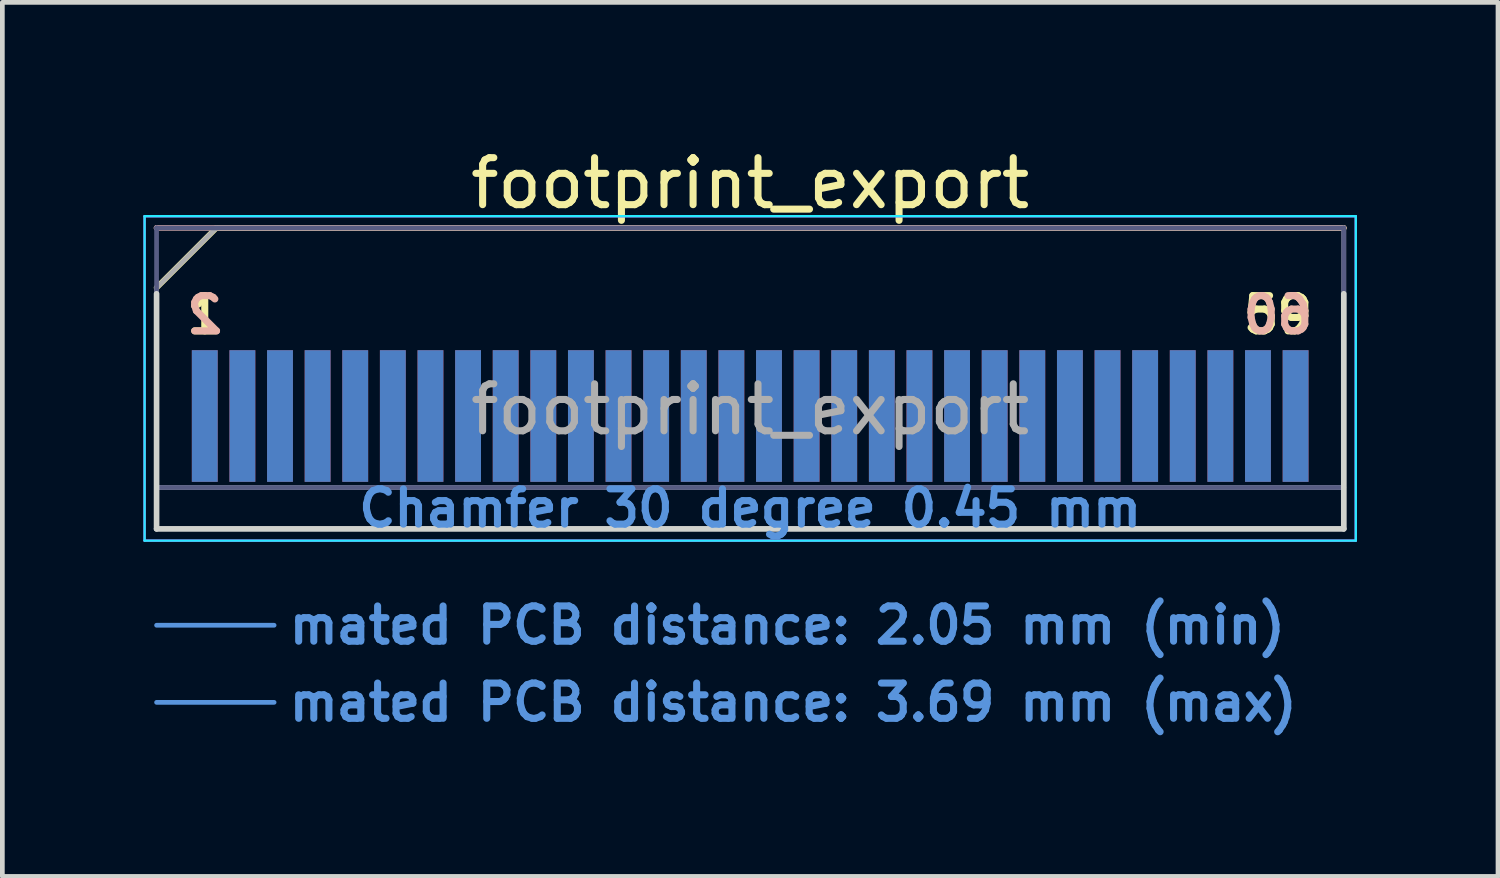
<source format=kicad_pcb>
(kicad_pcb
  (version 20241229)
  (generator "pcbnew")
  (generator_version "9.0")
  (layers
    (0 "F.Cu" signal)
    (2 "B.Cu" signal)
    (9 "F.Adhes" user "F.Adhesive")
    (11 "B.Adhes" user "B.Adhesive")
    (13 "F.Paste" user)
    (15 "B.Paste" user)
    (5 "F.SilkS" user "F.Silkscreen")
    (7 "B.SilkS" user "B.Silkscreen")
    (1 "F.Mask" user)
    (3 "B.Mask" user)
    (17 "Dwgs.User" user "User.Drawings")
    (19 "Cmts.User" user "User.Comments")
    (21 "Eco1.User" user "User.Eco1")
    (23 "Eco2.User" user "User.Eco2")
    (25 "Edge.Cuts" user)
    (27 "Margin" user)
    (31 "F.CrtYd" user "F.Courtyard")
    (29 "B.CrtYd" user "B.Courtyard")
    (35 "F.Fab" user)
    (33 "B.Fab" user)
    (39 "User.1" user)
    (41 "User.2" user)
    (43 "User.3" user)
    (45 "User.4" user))
  (footprint "footprint_export"
    (layer "F.Cu")
    (at 12.905 8.198)
    (property "Reference" "footprint_export" (at 0 -7.35 0) (layer "F.SilkS") (effects (font (size 1 1) (thickness 0.15))))
    (attr exclude_from_pos_files exclude_from_bom)
    (fp_line (start -12.625 -5.13) (end -11.355 -6.4) (stroke (width 0.12) (type solid)) (layer "F.SilkS"))
    (fp_line (start -11.355 -6.4) (end 12.625 -6.4) (stroke (width 0.12) (type solid)) (layer "F.SilkS"))
    (fp_line (start -12.625 -6.4) (end -12.625 -6.4) (stroke (width 0.12) (type solid)) (layer "B.SilkS"))
    (fp_line (start -12.625 -6.4) (end 12.625 -6.4) (stroke (width 0.12) (type solid)) (layer "B.SilkS"))
    (fp_line (start -12.625 2.05) (end -10.125 2.05) (stroke (width 0.1) (type solid)) (layer "Cmts.User"))
    (fp_line (start -12.625 3.69) (end -10.125 3.69) (stroke (width 0.1) (type solid)) (layer "Cmts.User"))
    (fp_line (start -12.625 -5) (end -12.625 0) (stroke (width 0.12) (type solid)) (layer "Edge.Cuts"))
    (fp_line (start -12.625 0) (end 12.625 0) (stroke (width 0.12) (type solid)) (layer "Edge.Cuts"))
    (fp_line (start 12.625 0) (end 12.625 -5) (stroke (width 0.12) (type solid)) (layer "Edge.Cuts"))
    (fp_line (start -12.88 -6.65) (end -12.88 0.25) (stroke (width 0.05) (type solid)) (layer "B.CrtYd"))
    (fp_line (start -12.88 0.25) (end 12.88 0.25) (stroke (width 0.05) (type solid)) (layer "B.CrtYd"))
    (fp_line (start 12.88 -6.65) (end -12.88 -6.65) (stroke (width 0.05) (type solid)) (layer "B.CrtYd"))
    (fp_line (start 12.88 0.25) (end 12.88 -6.65) (stroke (width 0.05) (type solid)) (layer "B.CrtYd"))
    (fp_line (start -12.88 -6.65) (end -12.88 0.25) (stroke (width 0.05) (type solid)) (layer "F.CrtYd"))
    (fp_line (start -12.88 0.25) (end 12.88 0.25) (stroke (width 0.05) (type solid)) (layer "F.CrtYd"))
    (fp_line (start 12.88 -6.65) (end -12.88 -6.65) (stroke (width 0.05) (type solid)) (layer "F.CrtYd"))
    (fp_line (start 12.88 0.25) (end 12.88 -6.65) (stroke (width 0.05) (type solid)) (layer "F.CrtYd"))
    (fp_line (start -12.625 -6.4) (end -12.625 -6.4) (stroke (width 0.1) (type solid)) (layer "B.Fab"))
    (fp_line (start -12.625 -6.4) (end -12.625 0) (stroke (width 0.1) (type solid)) (layer "B.Fab"))
    (fp_line (start -12.625 -6.4) (end 12.625 -6.4) (stroke (width 0.1) (type solid)) (layer "B.Fab"))
    (fp_line (start -12.625 -0.88) (end 12.625 -0.88) (stroke (width 0.1) (type solid)) (layer "B.Fab"))
    (fp_line (start -12.625 0) (end 12.625 0) (stroke (width 0.1) (type solid)) (layer "B.Fab"))
    (fp_line (start 12.625 -6.4) (end 12.625 0) (stroke (width 0.1) (type solid)) (layer "B.Fab"))
    (fp_line (start -12.625 -5.13) (end -12.625 0) (stroke (width 0.1) (type solid)) (layer "F.Fab"))
    (fp_line (start -12.625 -5.13) (end -11.355 -6.4) (stroke (width 0.1) (type solid)) (layer "F.Fab"))
    (fp_line (start -12.625 -0.88) (end 12.625 -0.88) (stroke (width 0.1) (type solid)) (layer "F.Fab"))
    (fp_line (start -12.625 0) (end 12.625 0) (stroke (width 0.1) (type solid)) (layer "F.Fab"))
    (fp_line (start -11.355 -6.4) (end 12.625 -6.4) (stroke (width 0.1) (type solid)) (layer "F.Fab"))
    (fp_line (start 12.625 -6.4) (end 12.625 0) (stroke (width 0.1) (type solid)) (layer "F.Fab"))
    (fp_text user "59" (at 11.225 -4.55 0) (layer "F.SilkS") (effects (font (size 0.75 0.75) (thickness 0.15))))
    (fp_text user "1" (at -11.6 -4.55 0) (layer "F.SilkS") (effects (font (size 0.75 0.75) (thickness 0.15))))
    (fp_text user "60" (at 11.225 -4.55 0) (layer "B.SilkS") (effects (font (size 0.75 0.75) (thickness 0.15)) (justify mirror)))
    (fp_text user "2" (at -11.6 -4.55 0) (layer "B.SilkS") (effects (font (size 0.75 0.75) (thickness 0.15)) (justify mirror)))
    (fp_text user "Chamfer 30 degree 0.45 mm" (at 0 -0.44 0) (layer "Cmts.User") (effects (font (size 0.75 0.75) (thickness 0.15))))
    (fp_text user "mated PCB distance: 3.69 mm (max)" (at -9.88 3.69 0) (layer "Cmts.User") (effects (font (size 0.75 0.75) (thickness 0.15)) (justify left)))
    (fp_text user "mated PCB distance: 2.05 mm (min)" (at -9.88 2.05 0) (layer "Cmts.User") (effects (font (size 0.75 0.75) (thickness 0.15)) (justify left)))
    (fp_text user "${REFERENCE}" (at 0 -2.54 0) (layer "F.Fab") (effects (font (size 1 1) (thickness 0.15))))
    (pad "1" connect rect (at -11.6 -2.4) (size 0.55 2.8) (layers "F.Cu" "F.Mask"))
    (pad "2" connect rect (at -11.6 -2.4) (size 0.55 2.8) (layers "B.Cu" "B.Mask"))
    (pad "3" connect rect (at -10.8 -2.4) (size 0.55 2.8) (layers "F.Cu" "F.Mask"))
    (pad "4" connect rect (at -10.8 -2.4) (size 0.55 2.8) (layers "B.Cu" "B.Mask"))
    (pad "5" connect rect (at -10 -2.4) (size 0.55 2.8) (layers "F.Cu" "F.Mask"))
    (pad "6" connect rect (at -10 -2.4) (size 0.55 2.8) (layers "B.Cu" "B.Mask"))
    (pad "7" connect rect (at -9.2 -2.4) (size 0.55 2.8) (layers "F.Cu" "F.Mask"))
    (pad "8" connect rect (at -9.2 -2.4) (size 0.55 2.8) (layers "B.Cu" "B.Mask"))
    (pad "9" connect rect (at -8.4 -2.4) (size 0.55 2.8) (layers "F.Cu" "F.Mask"))
    (pad "10" connect rect (at -8.4 -2.4) (size 0.55 2.8) (layers "B.Cu" "B.Mask"))
    (pad "11" connect rect (at -7.6 -2.4) (size 0.55 2.8) (layers "F.Cu" "F.Mask"))
    (pad "12" connect rect (at -7.6 -2.4) (size 0.55 2.8) (layers "B.Cu" "B.Mask"))
    (pad "13" connect rect (at -6.8 -2.4) (size 0.55 2.8) (layers "F.Cu" "F.Mask"))
    (pad "14" connect rect (at -6.8 -2.4) (size 0.55 2.8) (layers "B.Cu" "B.Mask"))
    (pad "15" connect rect (at -6 -2.4) (size 0.55 2.8) (layers "F.Cu" "F.Mask"))
    (pad "16" connect rect (at -6 -2.4) (size 0.55 2.8) (layers "B.Cu" "B.Mask"))
    (pad "17" connect rect (at -5.2 -2.4) (size 0.55 2.8) (layers "F.Cu" "F.Mask"))
    (pad "18" connect rect (at -5.2 -2.4) (size 0.55 2.8) (layers "B.Cu" "B.Mask"))
    (pad "19" connect rect (at -4.4 -2.4) (size 0.55 2.8) (layers "F.Cu" "F.Mask"))
    (pad "20" connect rect (at -4.4 -2.4) (size 0.55 2.8) (layers "B.Cu" "B.Mask"))
    (pad "21" connect rect (at -3.6 -2.4) (size 0.55 2.8) (layers "F.Cu" "F.Mask"))
    (pad "22" connect rect (at -3.6 -2.4) (size 0.55 2.8) (layers "B.Cu" "B.Mask"))
    (pad "23" connect rect (at -2.8 -2.4) (size 0.55 2.8) (layers "F.Cu" "F.Mask"))
    (pad "24" connect rect (at -2.8 -2.4) (size 0.55 2.8) (layers "B.Cu" "B.Mask"))
    (pad "25" connect rect (at -2 -2.4) (size 0.55 2.8) (layers "F.Cu" "F.Mask"))
    (pad "26" connect rect (at -2 -2.4) (size 0.55 2.8) (layers "B.Cu" "B.Mask"))
    (pad "27" connect rect (at -1.2 -2.4) (size 0.55 2.8) (layers "F.Cu" "F.Mask"))
    (pad "28" connect rect (at -1.2 -2.4) (size 0.55 2.8) (layers "B.Cu" "B.Mask"))
    (pad "29" connect rect (at -0.4 -2.4) (size 0.55 2.8) (layers "F.Cu" "F.Mask"))
    (pad "30" connect rect (at -0.4 -2.4) (size 0.55 2.8) (layers "B.Cu" "B.Mask"))
    (pad "31" connect rect (at 0.4 -2.4) (size 0.55 2.8) (layers "F.Cu" "F.Mask"))
    (pad "32" connect rect (at 0.4 -2.4) (size 0.55 2.8) (layers "B.Cu" "B.Mask"))
    (pad "33" connect rect (at 1.2 -2.4) (size 0.55 2.8) (layers "F.Cu" "F.Mask"))
    (pad "34" connect rect (at 1.2 -2.4) (size 0.55 2.8) (layers "B.Cu" "B.Mask"))
    (pad "35" connect rect (at 2 -2.4) (size 0.55 2.8) (layers "F.Cu" "F.Mask"))
    (pad "36" connect rect (at 2 -2.4) (size 0.55 2.8) (layers "B.Cu" "B.Mask"))
    (pad "37" connect rect (at 2.8 -2.4) (size 0.55 2.8) (layers "F.Cu" "F.Mask"))
    (pad "38" connect rect (at 2.8 -2.4) (size 0.55 2.8) (layers "B.Cu" "B.Mask"))
    (pad "39" connect rect (at 3.6 -2.4) (size 0.55 2.8) (layers "F.Cu" "F.Mask"))
    (pad "40" connect rect (at 3.6 -2.4) (size 0.55 2.8) (layers "B.Cu" "B.Mask"))
    (pad "41" connect rect (at 4.4 -2.4) (size 0.55 2.8) (layers "F.Cu" "F.Mask"))
    (pad "42" connect rect (at 4.4 -2.4) (size 0.55 2.8) (layers "B.Cu" "B.Mask"))
    (pad "43" connect rect (at 5.2 -2.4) (size 0.55 2.8) (layers "F.Cu" "F.Mask"))
    (pad "44" connect rect (at 5.2 -2.4) (size 0.55 2.8) (layers "B.Cu" "B.Mask"))
    (pad "45" connect rect (at 6 -2.4) (size 0.55 2.8) (layers "F.Cu" "F.Mask"))
    (pad "46" connect rect (at 6 -2.4) (size 0.55 2.8) (layers "B.Cu" "B.Mask"))
    (pad "47" connect rect (at 6.8 -2.4) (size 0.55 2.8) (layers "F.Cu" "F.Mask"))
    (pad "48" connect rect (at 6.8 -2.4) (size 0.55 2.8) (layers "B.Cu" "B.Mask"))
    (pad "49" connect rect (at 7.6 -2.4) (size 0.55 2.8) (layers "F.Cu" "F.Mask"))
    (pad "50" connect rect (at 7.6 -2.4) (size 0.55 2.8) (layers "B.Cu" "B.Mask"))
    (pad "51" connect rect (at 8.4 -2.4) (size 0.55 2.8) (layers "F.Cu" "F.Mask"))
    (pad "52" connect rect (at 8.4 -2.4) (size 0.55 2.8) (layers "B.Cu" "B.Mask"))
    (pad "53" connect rect (at 9.2 -2.4) (size 0.55 2.8) (layers "F.Cu" "F.Mask"))
    (pad "54" connect rect (at 9.2 -2.4) (size 0.55 2.8) (layers "B.Cu" "B.Mask"))
    (pad "55" connect rect (at 10 -2.4) (size 0.55 2.8) (layers "F.Cu" "F.Mask"))
    (pad "56" connect rect (at 10 -2.4) (size 0.55 2.8) (layers "B.Cu" "B.Mask"))
    (pad "57" connect rect (at 10.8 -2.4) (size 0.55 2.8) (layers "F.Cu" "F.Mask"))
    (pad "58" connect rect (at 10.8 -2.4) (size 0.55 2.8) (layers "B.Cu" "B.Mask"))
    (pad "59" connect rect (at 11.6 -2.4) (size 0.55 2.8) (layers "F.Cu" "F.Mask"))
    (pad "60" connect rect (at 11.6 -2.4) (size 0.55 2.8) (layers "B.Cu" "B.Mask")))
  (gr_rect
    (start -3 -3)
    (end 28.81 15.59)
    (stroke (width 0.1) (type default))
    (fill no)
    (layer "Edge.Cuts")))
</source>
